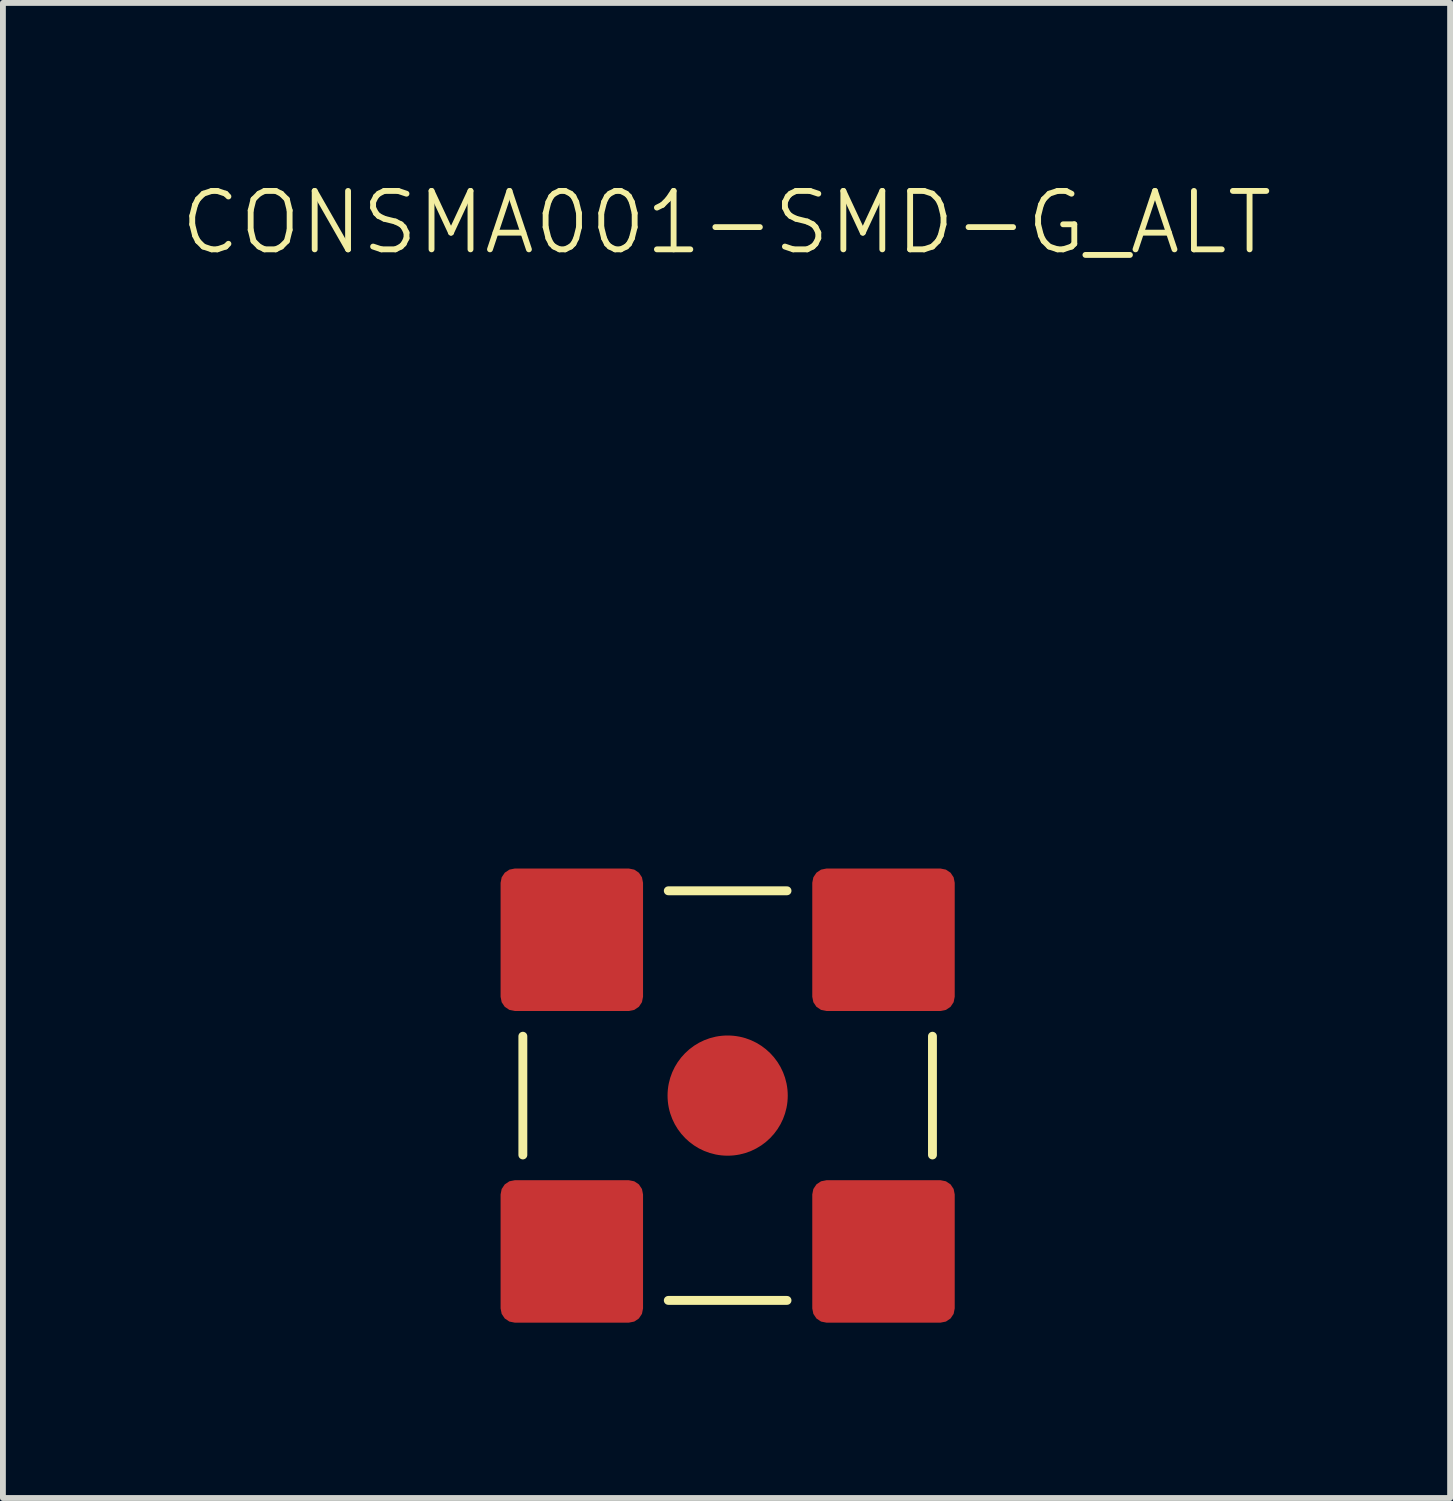
<source format=kicad_pcb>
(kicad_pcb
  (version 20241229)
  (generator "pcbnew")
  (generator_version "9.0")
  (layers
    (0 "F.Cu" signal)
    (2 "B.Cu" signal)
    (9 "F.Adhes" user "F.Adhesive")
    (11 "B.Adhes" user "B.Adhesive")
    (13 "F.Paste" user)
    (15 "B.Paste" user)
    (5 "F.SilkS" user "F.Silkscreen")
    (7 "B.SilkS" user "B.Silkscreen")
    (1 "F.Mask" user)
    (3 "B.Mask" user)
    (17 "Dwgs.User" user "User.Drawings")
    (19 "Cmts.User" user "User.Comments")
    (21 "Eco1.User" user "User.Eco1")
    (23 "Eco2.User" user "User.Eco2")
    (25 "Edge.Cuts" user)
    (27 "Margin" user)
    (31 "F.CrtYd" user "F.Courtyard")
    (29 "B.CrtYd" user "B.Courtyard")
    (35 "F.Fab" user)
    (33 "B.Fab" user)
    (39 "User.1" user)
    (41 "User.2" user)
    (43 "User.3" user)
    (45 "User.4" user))
  (footprint "CONSMA001-SMD-G_ALT"
    (layer "F.Cu")
    (at 9.403 15.7)
    (property "Reference" "CONSMA001-SMD-G_ALT" (at -0.02 -14.94 0) (unlocked yes) (layer "F.SilkS") (effects (font (size 1 1) (thickness 0.1))))
    (attr smd)
    (fp_line (start -3.505 -1.016) (end -3.505 1.016) (stroke (width 0.152) (type default)) (layer "F.SilkS"))
    (fp_line (start -1.016 -3.505) (end 1.016 -3.505) (stroke (width 0.152) (type default)) (layer "F.SilkS"))
    (fp_line (start -1.016 3.505) (end 1.016 3.505) (stroke (width 0.152) (type default)) (layer "F.SilkS"))
    (fp_line (start 3.505 -1.016) (end 3.505 1.016) (stroke (width 0.152) (type default)) (layer "F.SilkS"))
    (pad "1" smd circle (at 0 0) (size 2.057 2.057) (layers "F.Cu" "F.Mask" "F.Paste"))
    (pad "2" smd roundrect (at -2.667 -2.667) (size 2.438 2.438) (layers "F.Cu" "F.Mask" "F.Paste") (roundrect_rratio 0.1))
    (pad "3" smd roundrect (at 2.667 -2.667) (size 2.438 2.438) (layers "F.Cu" "F.Mask" "F.Paste") (roundrect_rratio 0.1))
    (pad "4" smd roundrect (at 2.667 2.667) (size 2.438 2.438) (layers "F.Cu" "F.Mask" "F.Paste") (roundrect_rratio 0.1))
    (pad "5" smd roundrect (at -2.667 2.667) (size 2.438 2.438) (layers "F.Cu" "F.Mask" "F.Paste") (roundrect_rratio 0.1)))
  (gr_rect
    (start -3 -3)
    (end 21.767 22.587)
    (stroke (width 0.1) (type default))
    (fill no)
    (layer "Edge.Cuts")))
</source>
